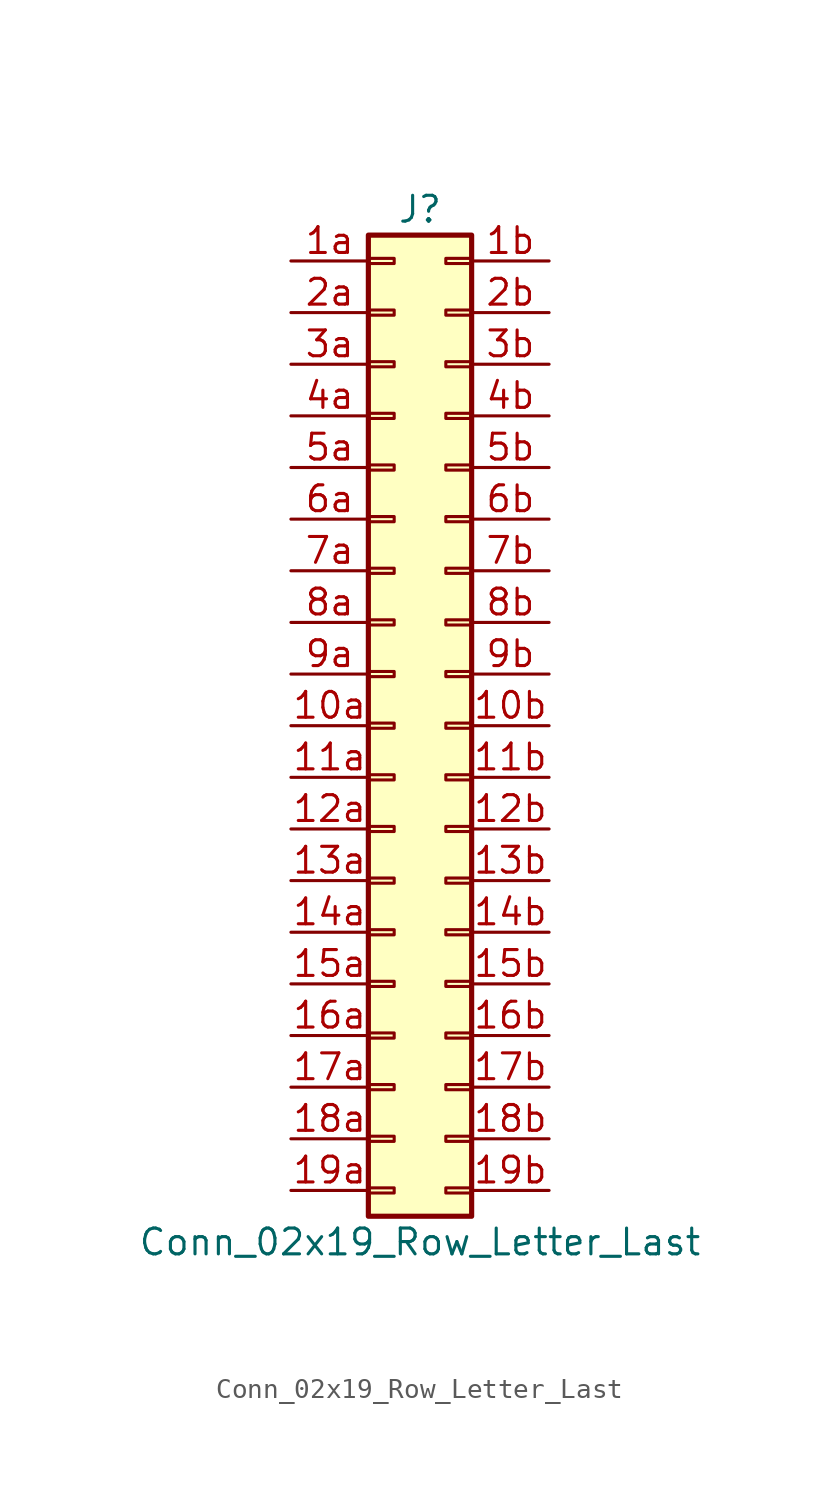
<source format=kicad_sym>
(kicad_symbol_lib
  (version 20220914)
  (generator kicad_symbol_editor)
  (symbol "Conn_02x19_Row_Letter_Last"
    (pin_names
      (offset 1.016) hide)
    (property "Reference" "J"
      (at 1.27 25.4 0)
      (effects (font (size 1.27 1.27))))
    (property "Value" "Conn_02x19_Row_Letter_Last"
      (at 1.27 -25.4 0)
      (effects (font (size 1.27 1.27))))
    (symbol "Conn_02x19_Row_Letter_Last_1_1"
      (rectangle (start -1.27 -22.733) (end 0 -22.987) (stroke (width 0.152) (type default)) (fill (type none)))
      (rectangle (start -1.27 -20.193) (end 0 -20.447) (stroke (width 0.152) (type default)) (fill (type none)))
      (rectangle (start -1.27 -17.653) (end 0 -17.907) (stroke (width 0.152) (type default)) (fill (type none)))
      (rectangle (start -1.27 -15.113) (end 0 -15.367) (stroke (width 0.152) (type default)) (fill (type none)))
      (rectangle (start -1.27 -12.573) (end 0 -12.827) (stroke (width 0.152) (type default)) (fill (type none)))
      (rectangle (start -1.27 -10.033) (end 0 -10.287) (stroke (width 0.152) (type default)) (fill (type none)))
      (rectangle (start -1.27 -7.493) (end 0 -7.747) (stroke (width 0.152) (type default)) (fill (type none)))
      (rectangle (start -1.27 -4.953) (end 0 -5.207) (stroke (width 0.152) (type default)) (fill (type none)))
      (rectangle (start -1.27 -2.413) (end 0 -2.667) (stroke (width 0.152) (type default)) (fill (type none)))
      (rectangle (start -1.27 0.127) (end 0 -0.127) (stroke (width 0.152) (type default)) (fill (type none)))
      (rectangle (start -1.27 2.667) (end 0 2.413) (stroke (width 0.152) (type default)) (fill (type none)))
      (rectangle (start -1.27 5.207) (end 0 4.953) (stroke (width 0.152) (type default)) (fill (type none)))
      (rectangle (start -1.27 7.747) (end 0 7.493) (stroke (width 0.152) (type default)) (fill (type none)))
      (rectangle (start -1.27 10.287) (end 0 10.033) (stroke (width 0.152) (type default)) (fill (type none)))
      (rectangle (start -1.27 12.827) (end 0 12.573) (stroke (width 0.152) (type default)) (fill (type none)))
      (rectangle (start -1.27 15.367) (end 0 15.113) (stroke (width 0.152) (type default)) (fill (type none)))
      (rectangle (start -1.27 17.907) (end 0 17.653) (stroke (width 0.152) (type default)) (fill (type none)))
      (rectangle (start -1.27 20.447) (end 0 20.193) (stroke (width 0.152) (type default)) (fill (type none)))
      (rectangle (start -1.27 22.987) (end 0 22.733) (stroke (width 0.152) (type default)) (fill (type none)))
      (rectangle (start -1.27 24.13) (end 3.81 -24.13) (stroke (width 0.254) (type default)) (fill (type background)))
      (rectangle (start 3.81 -22.733) (end 2.54 -22.987) (stroke (width 0.152) (type default)) (fill (type none)))
      (rectangle (start 3.81 -20.193) (end 2.54 -20.447) (stroke (width 0.152) (type default)) (fill (type none)))
      (rectangle (start 3.81 -17.653) (end 2.54 -17.907) (stroke (width 0.152) (type default)) (fill (type none)))
      (rectangle (start 3.81 -15.113) (end 2.54 -15.367) (stroke (width 0.152) (type default)) (fill (type none)))
      (rectangle (start 3.81 -12.573) (end 2.54 -12.827) (stroke (width 0.152) (type default)) (fill (type none)))
      (rectangle (start 3.81 -10.033) (end 2.54 -10.287) (stroke (width 0.152) (type default)) (fill (type none)))
      (rectangle (start 3.81 -7.493) (end 2.54 -7.747) (stroke (width 0.152) (type default)) (fill (type none)))
      (rectangle (start 3.81 -4.953) (end 2.54 -5.207) (stroke (width 0.152) (type default)) (fill (type none)))
      (rectangle (start 3.81 -2.413) (end 2.54 -2.667) (stroke (width 0.152) (type default)) (fill (type none)))
      (rectangle (start 3.81 0.127) (end 2.54 -0.127) (stroke (width 0.152) (type default)) (fill (type none)))
      (rectangle (start 3.81 2.667) (end 2.54 2.413) (stroke (width 0.152) (type default)) (fill (type none)))
      (rectangle (start 3.81 5.207) (end 2.54 4.953) (stroke (width 0.152) (type default)) (fill (type none)))
      (rectangle (start 3.81 7.747) (end 2.54 7.493) (stroke (width 0.152) (type default)) (fill (type none)))
      (rectangle (start 3.81 10.287) (end 2.54 10.033) (stroke (width 0.152) (type default)) (fill (type none)))
      (rectangle (start 3.81 12.827) (end 2.54 12.573) (stroke (width 0.152) (type default)) (fill (type none)))
      (rectangle (start 3.81 15.367) (end 2.54 15.113) (stroke (width 0.152) (type default)) (fill (type none)))
      (rectangle (start 3.81 17.907) (end 2.54 17.653) (stroke (width 0.152) (type default)) (fill (type none)))
      (rectangle (start 3.81 20.447) (end 2.54 20.193) (stroke (width 0.152) (type default)) (fill (type none)))
      (rectangle (start 3.81 22.987) (end 2.54 22.733) (stroke (width 0.152) (type default)) (fill (type none)))
      (pin passive line (at -5.08 0 0) (length 3.81) (name "Pin_10a" (effects (font (size 1.27 1.27)))) (number "10a" (effects (font (size 1.27 1.27)))))
      (pin passive line (at 7.62 0 180) (length 3.81) (name "Pin_10b" (effects (font (size 1.27 1.27)))) (number "10b" (effects (font (size 1.27 1.27)))))
      (pin passive line (at -5.08 -2.54 0) (length 3.81) (name "Pin_11a" (effects (font (size 1.27 1.27)))) (number "11a" (effects (font (size 1.27 1.27)))))
      (pin passive line (at 7.62 -2.54 180) (length 3.81) (name "Pin_11b" (effects (font (size 1.27 1.27)))) (number "11b" (effects (font (size 1.27 1.27)))))
      (pin passive line (at -5.08 -5.08 0) (length 3.81) (name "Pin_12a" (effects (font (size 1.27 1.27)))) (number "12a" (effects (font (size 1.27 1.27)))))
      (pin passive line (at 7.62 -5.08 180) (length 3.81) (name "Pin_12b" (effects (font (size 1.27 1.27)))) (number "12b" (effects (font (size 1.27 1.27)))))
      (pin passive line (at -5.08 -7.62 0) (length 3.81) (name "Pin_13a" (effects (font (size 1.27 1.27)))) (number "13a" (effects (font (size 1.27 1.27)))))
      (pin passive line (at 7.62 -7.62 180) (length 3.81) (name "Pin_13b" (effects (font (size 1.27 1.27)))) (number "13b" (effects (font (size 1.27 1.27)))))
      (pin passive line (at -5.08 -10.16 0) (length 3.81) (name "Pin_14a" (effects (font (size 1.27 1.27)))) (number "14a" (effects (font (size 1.27 1.27)))))
      (pin passive line (at 7.62 -10.16 180) (length 3.81) (name "Pin_14b" (effects (font (size 1.27 1.27)))) (number "14b" (effects (font (size 1.27 1.27)))))
      (pin passive line (at -5.08 -12.7 0) (length 3.81) (name "Pin_15a" (effects (font (size 1.27 1.27)))) (number "15a" (effects (font (size 1.27 1.27)))))
      (pin passive line (at 7.62 -12.7 180) (length 3.81) (name "Pin_15b" (effects (font (size 1.27 1.27)))) (number "15b" (effects (font (size 1.27 1.27)))))
      (pin passive line (at -5.08 -15.24 0) (length 3.81) (name "Pin_16a" (effects (font (size 1.27 1.27)))) (number "16a" (effects (font (size 1.27 1.27)))))
      (pin passive line (at 7.62 -15.24 180) (length 3.81) (name "Pin_16b" (effects (font (size 1.27 1.27)))) (number "16b" (effects (font (size 1.27 1.27)))))
      (pin passive line (at -5.08 -17.78 0) (length 3.81) (name "Pin_17a" (effects (font (size 1.27 1.27)))) (number "17a" (effects (font (size 1.27 1.27)))))
      (pin passive line (at 7.62 -17.78 180) (length 3.81) (name "Pin_17b" (effects (font (size 1.27 1.27)))) (number "17b" (effects (font (size 1.27 1.27)))))
      (pin passive line (at -5.08 -20.32 0) (length 3.81) (name "Pin_18a" (effects (font (size 1.27 1.27)))) (number "18a" (effects (font (size 1.27 1.27)))))
      (pin passive line (at 7.62 -20.32 180) (length 3.81) (name "Pin_18b" (effects (font (size 1.27 1.27)))) (number "18b" (effects (font (size 1.27 1.27)))))
      (pin passive line (at -5.08 -22.86 0) (length 3.81) (name "Pin_19a" (effects (font (size 1.27 1.27)))) (number "19a" (effects (font (size 1.27 1.27)))))
      (pin passive line (at 7.62 -22.86 180) (length 3.81) (name "Pin_19b" (effects (font (size 1.27 1.27)))) (number "19b" (effects (font (size 1.27 1.27)))))
      (pin passive line (at -5.08 22.86 0) (length 3.81) (name "Pin_1a" (effects (font (size 1.27 1.27)))) (number "1a" (effects (font (size 1.27 1.27)))))
      (pin passive line (at 7.62 22.86 180) (length 3.81) (name "Pin_1b" (effects (font (size 1.27 1.27)))) (number "1b" (effects (font (size 1.27 1.27)))))
      (pin passive line (at -5.08 20.32 0) (length 3.81) (name "Pin_2a" (effects (font (size 1.27 1.27)))) (number "2a" (effects (font (size 1.27 1.27)))))
      (pin passive line (at 7.62 20.32 180) (length 3.81) (name "Pin_2b" (effects (font (size 1.27 1.27)))) (number "2b" (effects (font (size 1.27 1.27)))))
      (pin passive line (at -5.08 17.78 0) (length 3.81) (name "Pin_3a" (effects (font (size 1.27 1.27)))) (number "3a" (effects (font (size 1.27 1.27)))))
      (pin passive line (at 7.62 17.78 180) (length 3.81) (name "Pin_3b" (effects (font (size 1.27 1.27)))) (number "3b" (effects (font (size 1.27 1.27)))))
      (pin passive line (at -5.08 15.24 0) (length 3.81) (name "Pin_4a" (effects (font (size 1.27 1.27)))) (number "4a" (effects (font (size 1.27 1.27)))))
      (pin passive line (at 7.62 15.24 180) (length 3.81) (name "Pin_4b" (effects (font (size 1.27 1.27)))) (number "4b" (effects (font (size 1.27 1.27)))))
      (pin passive line (at -5.08 12.7 0) (length 3.81) (name "Pin_5a" (effects (font (size 1.27 1.27)))) (number "5a" (effects (font (size 1.27 1.27)))))
      (pin passive line (at 7.62 12.7 180) (length 3.81) (name "Pin_5b" (effects (font (size 1.27 1.27)))) (number "5b" (effects (font (size 1.27 1.27)))))
      (pin passive line (at -5.08 10.16 0) (length 3.81) (name "Pin_6a" (effects (font (size 1.27 1.27)))) (number "6a" (effects (font (size 1.27 1.27)))))
      (pin passive line (at 7.62 10.16 180) (length 3.81) (name "Pin_6b" (effects (font (size 1.27 1.27)))) (number "6b" (effects (font (size 1.27 1.27)))))
      (pin passive line (at -5.08 7.62 0) (length 3.81) (name "Pin_7a" (effects (font (size 1.27 1.27)))) (number "7a" (effects (font (size 1.27 1.27)))))
      (pin passive line (at 7.62 7.62 180) (length 3.81) (name "Pin_7b" (effects (font (size 1.27 1.27)))) (number "7b" (effects (font (size 1.27 1.27)))))
      (pin passive line (at -5.08 5.08 0) (length 3.81) (name "Pin_8a" (effects (font (size 1.27 1.27)))) (number "8a" (effects (font (size 1.27 1.27)))))
      (pin passive line (at 7.62 5.08 180) (length 3.81) (name "Pin_8b" (effects (font (size 1.27 1.27)))) (number "8b" (effects (font (size 1.27 1.27)))))
      (pin passive line (at -5.08 2.54 0) (length 3.81) (name "Pin_9a" (effects (font (size 1.27 1.27)))) (number "9a" (effects (font (size 1.27 1.27)))))
      (pin passive line (at 7.62 2.54 180) (length 3.81) (name "Pin_9b" (effects (font (size 1.27 1.27)))) (number "9b" (effects (font (size 1.27 1.27))))))))
</source>
